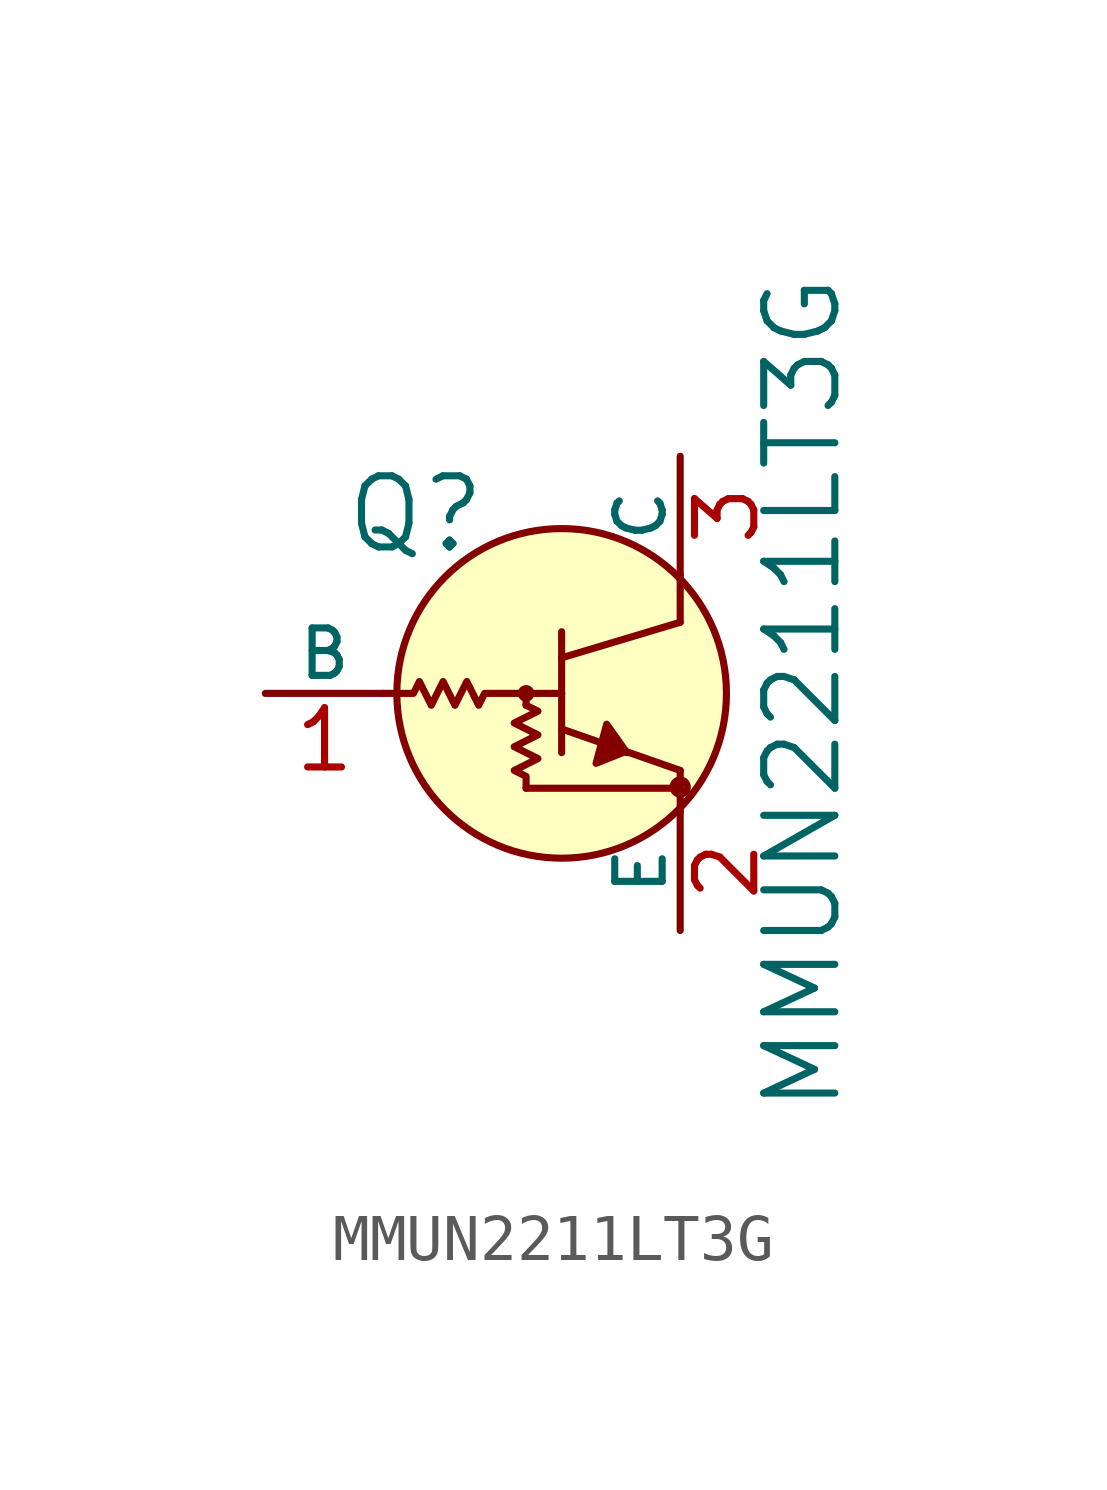
<source format=kicad_sym>
(kicad_symbol_lib
  (version 20211014)
  (generator kicad_symbol_editor)
  (symbol "MMUN2211LT3G"
    (pin_names
      (offset 0))
    (property "Reference" "Q"
      (at -4.115 3.835 0)
      (effects (font (size 1.524 1.524)) (justify right)))
    (property "Value" "MMUN2211LT3G"
      (at 2.616 0 90)
      (effects (font (size 1.524 1.524))))
    (symbol "MMUN2211LT3G_0_1"
      (circle (center -3.302 0) (radius 0.102) (stroke (width 0) (type default) (color 0 0 0 0)) (fill (type none)))
      (circle (center -2.54 0) (radius 3.531) (stroke (width 0) (type default) (color 0 0 0 0)) (fill (type background)))
      (circle (center 0 -2.007) (radius 0.076) (stroke (width 0) (type default) (color 0 0 0 0)) (fill (type none)))
      (polyline (pts (xy -3.302 -2.032) (xy 0 -2.032)) (stroke (width 0) (type default) (color 0 0 0 0)) (fill (type none)))
      (polyline (pts (xy -3.302 0) (xy -3.302 -0.254)) (stroke (width 0) (type default) (color 0 0 0 0)) (fill (type none)))
      (polyline (pts (xy -2.54 -0.762) (xy 0 -1.651)) (stroke (width 0) (type default) (color 0 0 0 0)) (fill (type none)))
      (polyline (pts (xy -2.54 0) (xy -2.54 -1.27)) (stroke (width 0) (type default) (color 0 0 0 0)) (fill (type none)))
      (polyline (pts (xy -2.54 0) (xy -2.54 1.321)) (stroke (width 0) (type default) (color 0 0 0 0)) (fill (type none)))
      (polyline (pts (xy -2.54 0.762) (xy 0 1.524)) (stroke (width 0) (type default) (color 0 0 0 0)) (fill (type none)))
      (polyline (pts (xy 0 -2.54) (xy 0 -1.651)) (stroke (width 0) (type default) (color 0 0 0 0)) (fill (type none)))
      (polyline (pts (xy 0 2.54) (xy 0 1.524)) (stroke (width 0) (type default) (color 0 0 0 0)) (fill (type none)))
      (polyline (pts (xy -1.143 -1.27) (xy -1.575 -0.66) (xy -1.803 -1.499) (xy -1.168 -1.245)) (stroke (width 0) (type default) (color 0 0 0 0)) (fill (type outline)))
      (polyline (pts (xy -3.302 -0.254) (xy -3.048 -0.381) (xy -3.556 -0.635) (xy -3.048 -0.889) (xy -3.556 -1.143) (xy -3.048 -1.397) (xy -3.556 -1.651) (xy -3.302 -1.778) (xy -3.302 -2.032)) (stroke (width 0) (type default) (color 0 0 0 0)) (fill (type none)))
      (polyline (pts (xy -6.35 0) (xy -5.715 0) (xy -5.588 0.254) (xy -5.334 -0.254) (xy -5.08 0.254) (xy -4.826 -0.254) (xy -4.572 0.254) (xy -4.318 -0.254) (xy -4.191 0) (xy -2.54 0)) (stroke (width 0) (type default) (color 0 0 0 0)) (fill (type none))))
    (symbol "MMUN2211LT3G_1_1"
      (pin input line (at -8.89 0 0) (length 2.54) (name "B" (effects (font (size 1.016 1.016)))) (number "1" (effects (font (size 1.27 1.27)))))
      (pin passive line (at 0 -5.08 90) (length 2.54) (name "E" (effects (font (size 1.016 1.016)))) (number "2" (effects (font (size 1.27 1.27)))))
      (pin passive line (at 0 5.08 270) (length 2.54) (name "C" (effects (font (size 1.016 1.016)))) (number "3" (effects (font (size 1.27 1.27))))))))
</source>
